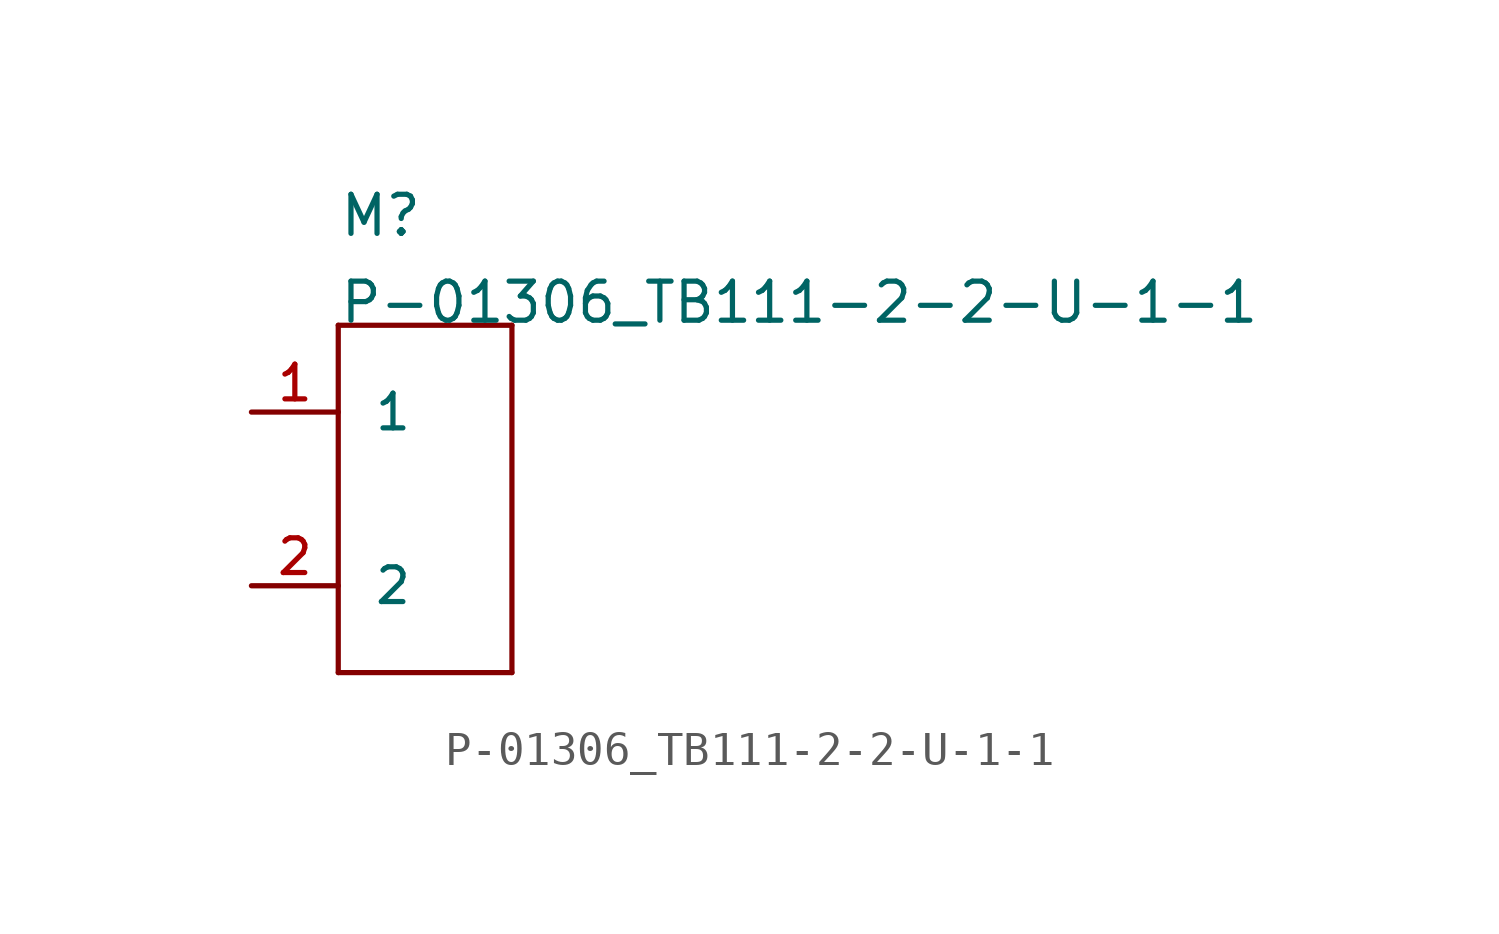
<source format=kicad_sym>
(kicad_symbol_lib
  (version 20211014)
  (generator kicad_symbol_editor)
  (symbol "P-01306_TB111-2-2-U-1-1"
    (pin_names
      (offset 1.016))
    (property "Reference" "M"
      (at -7.62 12.7 0)
      (effects (font (size 1.143 1.143)) (justify left bottom)))
    (property "Value" "P-01306_TB111-2-2-U-1-1"
      (at -7.62 10.16 0)
      (effects (font (size 1.143 1.143)) (justify left bottom)))
    (property "ki_locked" ""
      (at 0 0 0)
      (effects (font (size 1.27 1.27))))
    (symbol "P-01306_TB111-2-2-U-1-1_1_0"
      (polyline (pts (xy -7.62 0) (xy -7.62 10.16)) (stroke (width 0) (type default) (color 0 0 0 0)) (fill (type none)))
      (polyline (pts (xy -7.62 10.16) (xy -2.54 10.16)) (stroke (width 0) (type default) (color 0 0 0 0)) (fill (type none)))
      (polyline (pts (xy -2.54 0) (xy -7.62 0)) (stroke (width 0) (type default) (color 0 0 0 0)) (fill (type none)))
      (polyline (pts (xy -2.54 10.16) (xy -2.54 0)) (stroke (width 0) (type default) (color 0 0 0 0)) (fill (type none))))
    (symbol "P-01306_TB111-2-2-U-1-1_1_1"
      (pin bidirectional line (at -10.16 7.62 0) (length 2.54) (name "1" (effects (font (size 1.016 1.016)))) (number "1" (effects (font (size 1.016 1.016)))))
      (pin bidirectional line (at -10.16 2.54 0) (length 2.54) (name "2" (effects (font (size 1.016 1.016)))) (number "2" (effects (font (size 1.016 1.016))))))))
</source>
